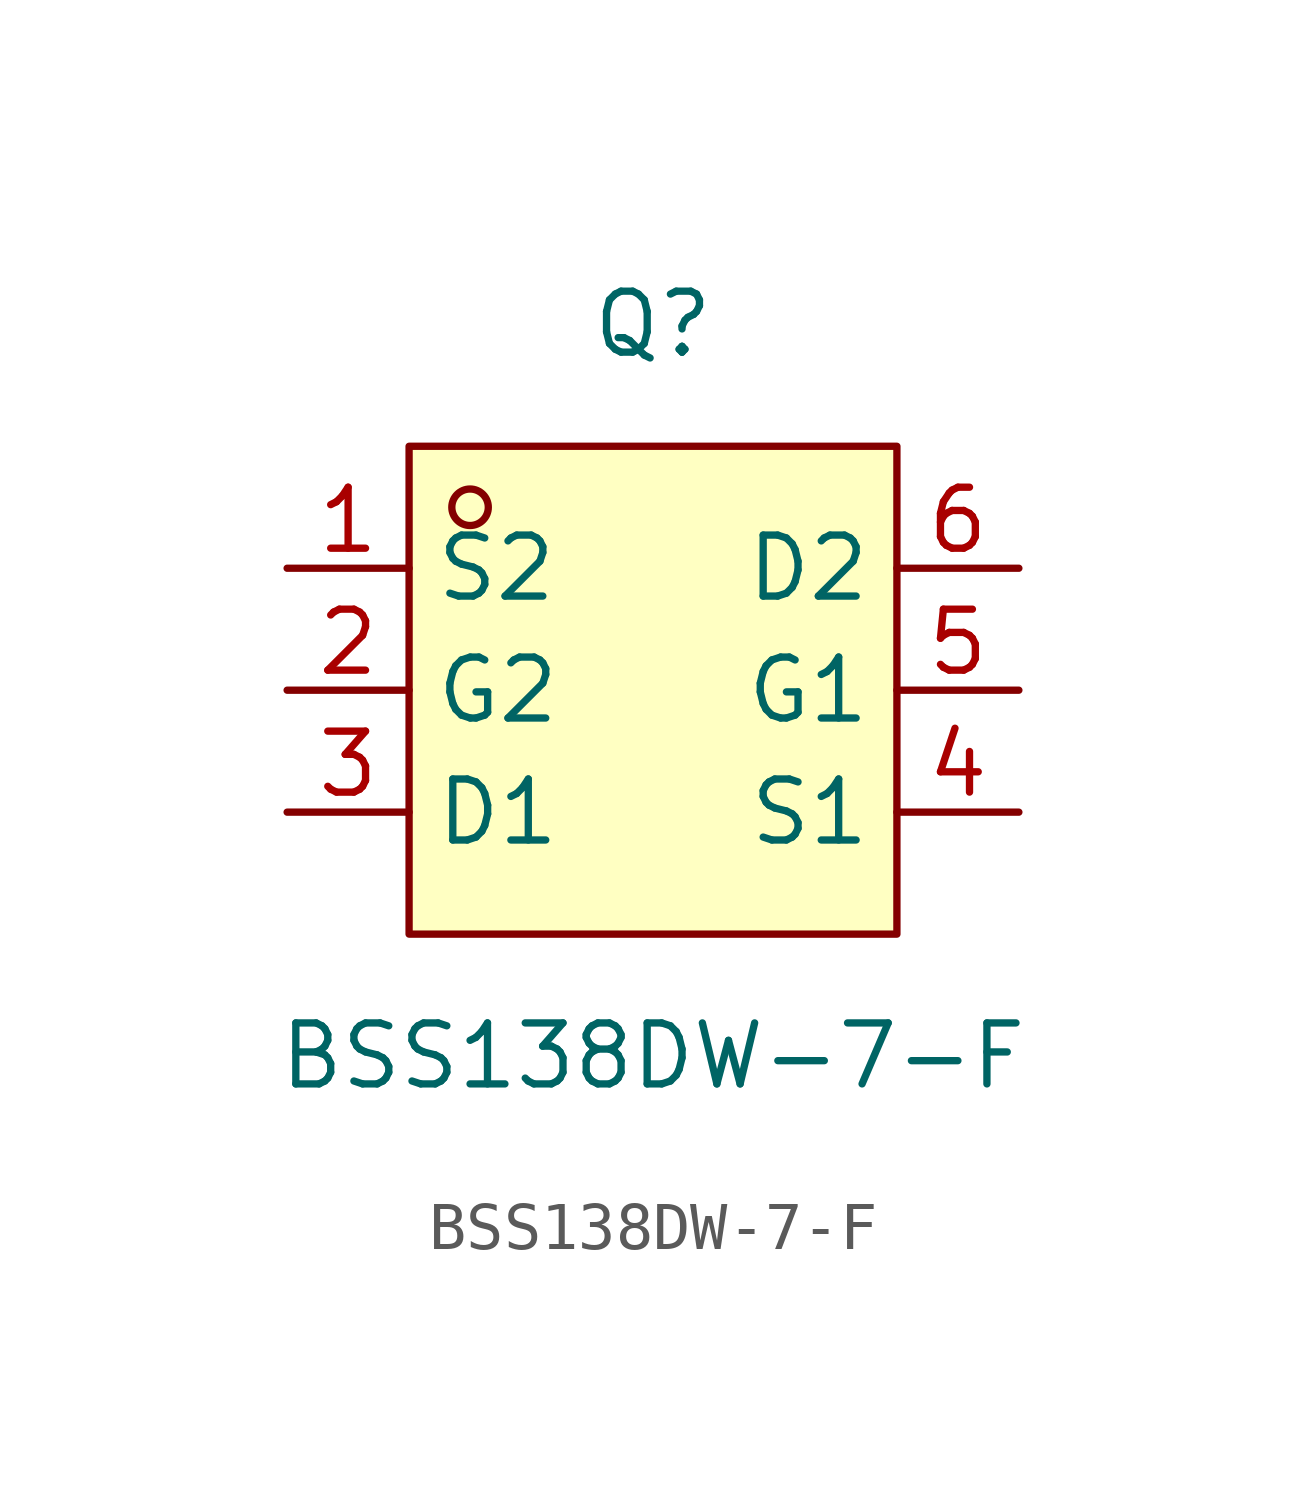
<source format=kicad_sym>
(kicad_symbol_lib
  (version 20211014)
  (generator https://github.com/uPesy/easyeda2kicad.py)
  (symbol "BSS138DW-7-F"
    (property "Reference" "Q"
      (at 0 7.62 0)
      (effects (font (size 1.27 1.27))))
    (property "Value" "BSS138DW-7-F"
      (at 0 -7.62 0)
      (effects (font (size 1.27 1.27))))
    (symbol "BSS138DW-7-F_0_1"
      (rectangle (start -5.08 5.08) (end 5.08 -5.08) (stroke (width 0) (type default) (color 0 0 0 0)) (fill (type background)))
      (circle (center -3.81 3.81) (radius 0.38) (stroke (width 0) (type default) (color 0 0 0 0)) (fill (type none)))
      (pin unspecified line (at -7.62 2.54 0) (length 2.54) (name "S2" (effects (font (size 1.27 1.27)))) (number "1" (effects (font (size 1.27 1.27)))))
      (pin unspecified line (at -7.62 -0.00 0) (length 2.54) (name "G2" (effects (font (size 1.27 1.27)))) (number "2" (effects (font (size 1.27 1.27)))))
      (pin unspecified line (at -7.62 -2.54 0) (length 2.54) (name "D1" (effects (font (size 1.27 1.27)))) (number "3" (effects (font (size 1.27 1.27)))))
      (pin unspecified line (at 7.62 -2.54 180) (length 2.54) (name "S1" (effects (font (size 1.27 1.27)))) (number "4" (effects (font (size 1.27 1.27)))))
      (pin unspecified line (at 7.62 -0.00 180) (length 2.54) (name "G1" (effects (font (size 1.27 1.27)))) (number "5" (effects (font (size 1.27 1.27)))))
      (pin unspecified line (at 7.62 2.54 180) (length 2.54) (name "D2" (effects (font (size 1.27 1.27)))) (number "6" (effects (font (size 1.27 1.27))))))))
</source>
